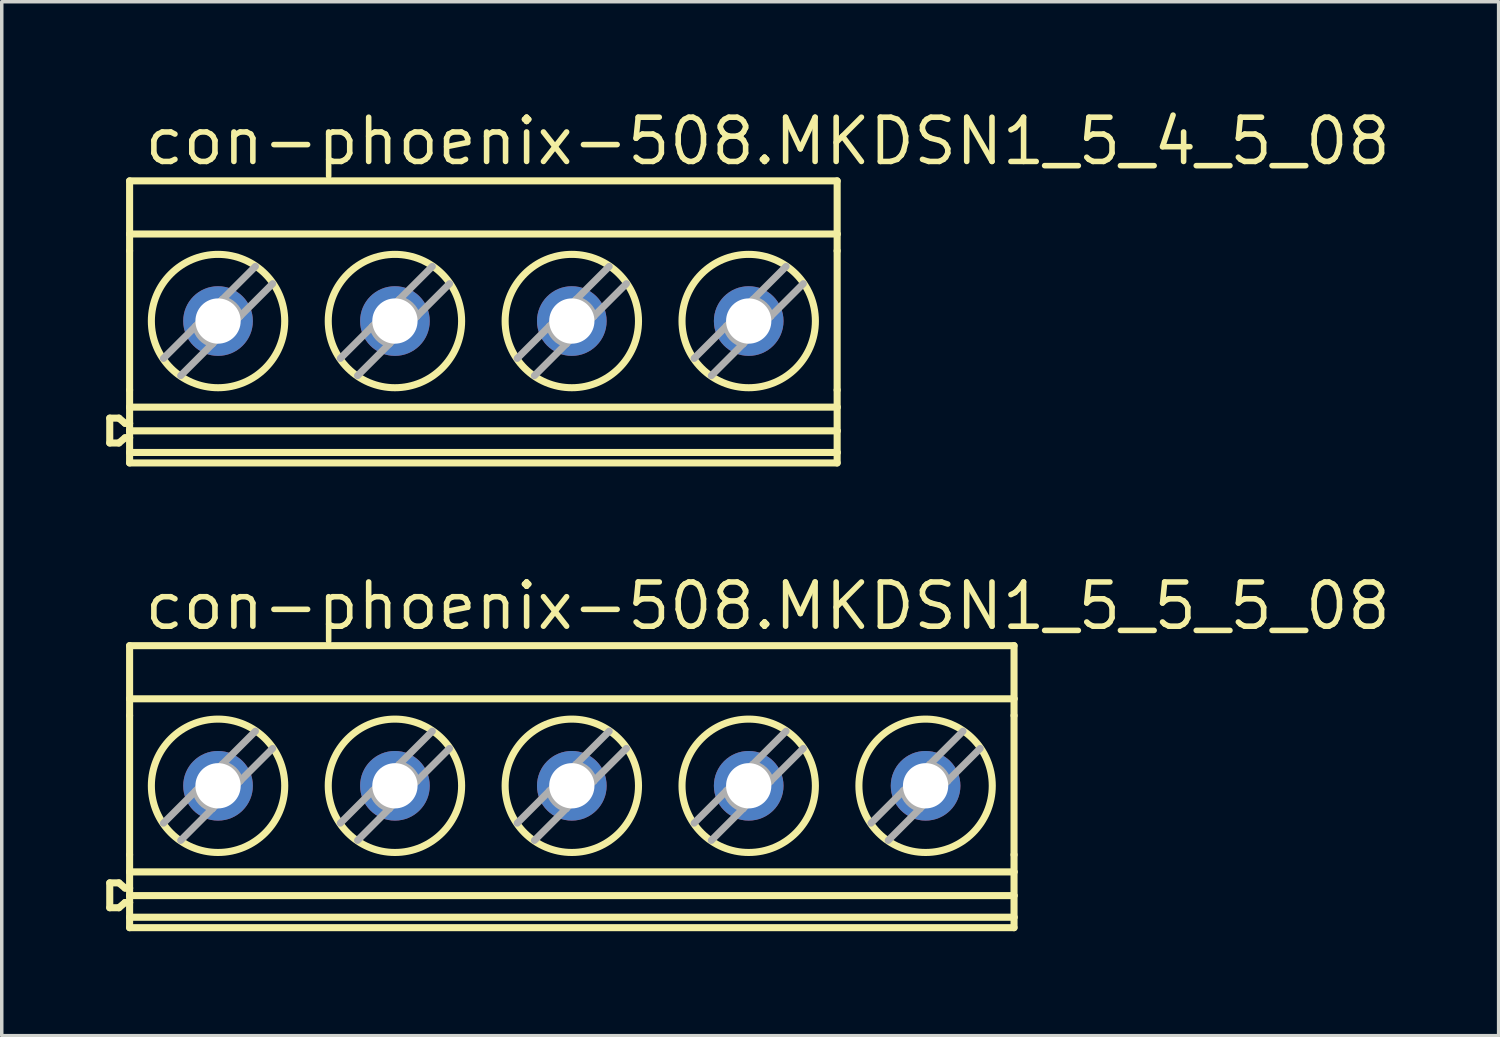
<source format=kicad_pcb>
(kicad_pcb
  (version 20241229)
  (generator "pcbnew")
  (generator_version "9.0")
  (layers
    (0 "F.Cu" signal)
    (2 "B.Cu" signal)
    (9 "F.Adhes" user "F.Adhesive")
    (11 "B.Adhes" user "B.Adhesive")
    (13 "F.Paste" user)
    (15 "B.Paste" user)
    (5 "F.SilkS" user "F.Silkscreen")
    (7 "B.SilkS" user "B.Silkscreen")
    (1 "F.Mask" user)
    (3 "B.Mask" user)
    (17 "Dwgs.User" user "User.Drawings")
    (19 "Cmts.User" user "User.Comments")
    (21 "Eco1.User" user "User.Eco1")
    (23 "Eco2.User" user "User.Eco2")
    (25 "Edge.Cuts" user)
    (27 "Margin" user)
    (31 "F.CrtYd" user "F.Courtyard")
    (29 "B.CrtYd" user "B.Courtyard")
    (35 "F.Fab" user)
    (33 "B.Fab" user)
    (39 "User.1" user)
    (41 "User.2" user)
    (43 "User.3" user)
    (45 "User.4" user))
  (footprint "con-phoenix-508.MKDSN1_5_4_5_08"
    (layer "F.Cu")
    (at 10.853 6.195)
    (property "Reference" "con-phoenix-508.MKDSN1_5_4_5_08" (at -9.831 -4.445 0) (layer "F.SilkS") (effects (font (size 1.27 1.27) (thickness 0.16)) (justify left bottom)))
    (attr through_hole)
    (fp_line (start -10.751 2.763) (end -10.751 3.477) (stroke (width 0.203) (type default)) (layer "F.SilkS"))
    (fp_line (start -10.751 2.763) (end -10.488 2.763) (stroke (width 0.203) (type default)) (layer "F.SilkS"))
    (fp_line (start -10.751 3.477) (end -10.488 3.477) (stroke (width 0.203) (type default)) (layer "F.SilkS"))
    (fp_line (start -10.488 2.763) (end -10.31 2.913) (stroke (width 0.203) (type default)) (layer "F.SilkS"))
    (fp_line (start -10.31 2.913) (end -10.181 2.913) (stroke (width 0.203) (type default)) (layer "F.SilkS"))
    (fp_line (start -10.31 3.327) (end -10.488 3.477) (stroke (width 0.203) (type default)) (layer "F.SilkS"))
    (fp_line (start -10.181 -4.05) (end 10.139 -4.05) (stroke (width 0.203) (type default)) (layer "F.SilkS"))
    (fp_line (start -10.181 -2.524) (end -10.181 -4.05) (stroke (width 0.203) (type default)) (layer "F.SilkS"))
    (fp_line (start -10.181 -2.524) (end -10.181 -2.041) (stroke (width 0.203) (type default)) (layer "F.SilkS"))
    (fp_line (start -10.181 -2.524) (end 10.139 -2.524) (stroke (width 0.203) (type default)) (layer "F.SilkS"))
    (fp_line (start -10.181 1.956) (end -10.181 -2.041) (stroke (width 0.203) (type default)) (layer "F.SilkS"))
    (fp_line (start -10.181 1.956) (end -10.181 2.448) (stroke (width 0.203) (type default)) (layer "F.SilkS"))
    (fp_line (start -10.181 2.913) (end -10.181 2.448) (stroke (width 0.203) (type default)) (layer "F.SilkS"))
    (fp_line (start -10.181 3.128) (end -10.181 2.913) (stroke (width 0.203) (type default)) (layer "F.SilkS"))
    (fp_line (start -10.181 3.128) (end 10.139 3.128) (stroke (width 0.203) (type default)) (layer "F.SilkS"))
    (fp_line (start -10.181 3.327) (end -10.31 3.327) (stroke (width 0.203) (type default)) (layer "F.SilkS"))
    (fp_line (start -10.181 3.327) (end -10.181 3.128) (stroke (width 0.203) (type default)) (layer "F.SilkS"))
    (fp_line (start -10.181 3.75) (end -10.181 3.327) (stroke (width 0.203) (type default)) (layer "F.SilkS"))
    (fp_line (start -10.181 3.75) (end -10.181 4.05) (stroke (width 0.203) (type default)) (layer "F.SilkS"))
    (fp_line (start -10.181 4.05) (end 10.139 4.05) (stroke (width 0.203) (type default)) (layer "F.SilkS"))
    (fp_line (start 10.139 -2.524) (end 10.139 -4.05) (stroke (width 0.203) (type default)) (layer "F.SilkS"))
    (fp_line (start 10.139 -2.524) (end 10.139 -2.041) (stroke (width 0.203) (type default)) (layer "F.SilkS"))
    (fp_line (start 10.139 1.956) (end 10.139 -2.041) (stroke (width 0.203) (type default)) (layer "F.SilkS"))
    (fp_line (start 10.139 1.956) (end 10.139 2.448) (stroke (width 0.203) (type default)) (layer "F.SilkS"))
    (fp_line (start 10.139 2.448) (end -10.181 2.448) (stroke (width 0.203) (type default)) (layer "F.SilkS"))
    (fp_line (start 10.139 3.128) (end 10.139 2.448) (stroke (width 0.203) (type default)) (layer "F.SilkS"))
    (fp_line (start 10.139 3.75) (end -10.181 3.75) (stroke (width 0.203) (type default)) (layer "F.SilkS"))
    (fp_line (start 10.139 3.75) (end 10.139 3.128) (stroke (width 0.203) (type default)) (layer "F.SilkS"))
    (fp_line (start 10.139 3.75) (end 10.139 4.05) (stroke (width 0.203) (type default)) (layer "F.SilkS"))
    (fp_circle (center -7.641 -0.025) (end -5.726 -0.025) (stroke (width 0.203) (type default)) (fill no) (layer "F.SilkS"))
    (fp_circle (center -2.561 -0.025) (end -0.646 -0.025) (stroke (width 0.203) (type default)) (fill no) (layer "F.SilkS"))
    (fp_circle (center 2.519 -0.025) (end 4.434 -0.025) (stroke (width 0.203) (type default)) (fill no) (layer "F.SilkS"))
    (fp_circle (center 7.599 -0.025) (end 9.514 -0.025) (stroke (width 0.203) (type default)) (fill no) (layer "F.SilkS"))
    (fp_line (start -9.209 1.048) (end -8.28 0.119) (stroke (width 0.203) (type default)) (layer "F.Fab"))
    (fp_line (start -8.28 0.119) (end -7.641 -0.52) (stroke (width 0.203) (type default)) (layer "F.Fab"))
    (fp_line (start -7.801 0.63) (end -8.714 1.543) (stroke (width 0.203) (type default)) (layer "F.Fab"))
    (fp_line (start -7.641 -0.52) (end -7.522 -0.639) (stroke (width 0.203) (type default)) (layer "F.Fab"))
    (fp_line (start -7.641 0.47) (end -7.801 0.63) (stroke (width 0.203) (type default)) (layer "F.Fab"))
    (fp_line (start -7.522 -0.639) (end -6.568 -1.593) (stroke (width 0.203) (type default)) (layer "F.Fab"))
    (fp_line (start -7.011 -0.16) (end -7.641 0.47) (stroke (width 0.203) (type default)) (layer "F.Fab"))
    (fp_line (start -6.073 -1.098) (end -7.011 -0.16) (stroke (width 0.203) (type default)) (layer "F.Fab"))
    (fp_line (start -4.129 1.048) (end -3.2 0.119) (stroke (width 0.203) (type default)) (layer "F.Fab"))
    (fp_line (start -3.2 0.119) (end -2.561 -0.52) (stroke (width 0.203) (type default)) (layer "F.Fab"))
    (fp_line (start -2.721 0.63) (end -3.634 1.543) (stroke (width 0.203) (type default)) (layer "F.Fab"))
    (fp_line (start -2.561 -0.52) (end -2.442 -0.639) (stroke (width 0.203) (type default)) (layer "F.Fab"))
    (fp_line (start -2.561 0.47) (end -2.721 0.63) (stroke (width 0.203) (type default)) (layer "F.Fab"))
    (fp_line (start -2.442 -0.639) (end -1.488 -1.593) (stroke (width 0.203) (type default)) (layer "F.Fab"))
    (fp_line (start -1.931 -0.16) (end -2.561 0.47) (stroke (width 0.203) (type default)) (layer "F.Fab"))
    (fp_line (start -0.993 -1.098) (end -1.931 -0.16) (stroke (width 0.203) (type default)) (layer "F.Fab"))
    (fp_line (start 0.951 1.048) (end 1.88 0.119) (stroke (width 0.203) (type default)) (layer "F.Fab"))
    (fp_line (start 1.88 0.119) (end 2.519 -0.52) (stroke (width 0.203) (type default)) (layer "F.Fab"))
    (fp_line (start 2.359 0.63) (end 1.446 1.543) (stroke (width 0.203) (type default)) (layer "F.Fab"))
    (fp_line (start 2.519 -0.52) (end 2.638 -0.639) (stroke (width 0.203) (type default)) (layer "F.Fab"))
    (fp_line (start 2.519 0.47) (end 2.359 0.63) (stroke (width 0.203) (type default)) (layer "F.Fab"))
    (fp_line (start 2.638 -0.639) (end 3.592 -1.593) (stroke (width 0.203) (type default)) (layer "F.Fab"))
    (fp_line (start 3.149 -0.16) (end 2.519 0.47) (stroke (width 0.203) (type default)) (layer "F.Fab"))
    (fp_line (start 4.087 -1.098) (end 3.149 -0.16) (stroke (width 0.203) (type default)) (layer "F.Fab"))
    (fp_line (start 6.031 1.048) (end 6.96 0.119) (stroke (width 0.203) (type default)) (layer "F.Fab"))
    (fp_line (start 6.96 0.119) (end 7.599 -0.52) (stroke (width 0.203) (type default)) (layer "F.Fab"))
    (fp_line (start 7.439 0.63) (end 6.526 1.543) (stroke (width 0.203) (type default)) (layer "F.Fab"))
    (fp_line (start 7.599 -0.52) (end 7.718 -0.639) (stroke (width 0.203) (type default)) (layer "F.Fab"))
    (fp_line (start 7.599 0.47) (end 7.439 0.63) (stroke (width 0.203) (type default)) (layer "F.Fab"))
    (fp_line (start 7.718 -0.639) (end 8.672 -1.593) (stroke (width 0.203) (type default)) (layer "F.Fab"))
    (fp_line (start 8.229 -0.16) (end 7.599 0.47) (stroke (width 0.203) (type default)) (layer "F.Fab"))
    (fp_line (start 9.167 -1.098) (end 8.229 -0.16) (stroke (width 0.203) (type default)) (layer "F.Fab"))
    (fp_arc (start -7.8011 0.63) (mid -8.115316 0.444537) (end -8.2801 0.119) (stroke (width 0.2032) (type default)) (layer "F.Fab"))
    (fp_arc (start -7.5221 -0.639) (mid -7.196563 -0.474216) (end -7.0111 -0.16) (stroke (width 0.2032) (type default)) (layer "F.Fab"))
    (fp_arc (start -2.7211 0.63) (mid -3.035316 0.444537) (end -3.2001 0.119) (stroke (width 0.2032) (type default)) (layer "F.Fab"))
    (fp_arc (start -2.4421 -0.639) (mid -2.116563 -0.474216) (end -1.9311 -0.16) (stroke (width 0.2032) (type default)) (layer "F.Fab"))
    (fp_arc (start 2.3589 0.63) (mid 2.044684 0.444537) (end 1.8799 0.119) (stroke (width 0.2032) (type default)) (layer "F.Fab"))
    (fp_arc (start 2.6379 -0.639) (mid 2.963437 -0.474216) (end 3.1489 -0.16) (stroke (width 0.2032) (type default)) (layer "F.Fab"))
    (fp_arc (start 7.4389 0.63) (mid 7.124684 0.444537) (end 6.9599 0.119) (stroke (width 0.2032) (type default)) (layer "F.Fab"))
    (fp_arc (start 7.7179 -0.639) (mid 8.043437 -0.474216) (end 8.2289 -0.16) (stroke (width 0.2032) (type default)) (layer "F.Fab"))
    (pad "1" thru_hole circle (at -7.641 -0.025) (size 2 2) (drill 1.3) (layers "*.Cu" "*.Mask"))
    (pad "2" thru_hole circle (at -2.561 -0.025) (size 2 2) (drill 1.3) (layers "*.Cu" "*.Mask"))
    (pad "3" thru_hole circle (at 2.519 -0.025) (size 2 2) (drill 1.3) (layers "*.Cu" "*.Mask"))
    (pad "4" thru_hole circle (at 7.599 -0.025) (size 2 2) (drill 1.3) (layers "*.Cu" "*.Mask")))
  (footprint "con-phoenix-508.MKDSN1_5_5_5_08"
    (layer "F.Cu")
    (at 13.393 19.542)
    (property "Reference" "con-phoenix-508.MKDSN1_5_5_5_08" (at -12.371 -4.445 0) (layer "F.SilkS") (effects (font (size 1.27 1.27) (thickness 0.16)) (justify left bottom)))
    (attr through_hole)
    (fp_line (start -13.291 2.763) (end -13.291 3.477) (stroke (width 0.203) (type default)) (layer "F.SilkS"))
    (fp_line (start -13.291 2.763) (end -13.028 2.763) (stroke (width 0.203) (type default)) (layer "F.SilkS"))
    (fp_line (start -13.291 3.477) (end -13.028 3.477) (stroke (width 0.203) (type default)) (layer "F.SilkS"))
    (fp_line (start -13.028 2.763) (end -12.85 2.913) (stroke (width 0.203) (type default)) (layer "F.SilkS"))
    (fp_line (start -12.85 2.913) (end -12.721 2.913) (stroke (width 0.203) (type default)) (layer "F.SilkS"))
    (fp_line (start -12.85 3.327) (end -13.028 3.477) (stroke (width 0.203) (type default)) (layer "F.SilkS"))
    (fp_line (start -12.721 -4.05) (end 12.679 -4.05) (stroke (width 0.203) (type default)) (layer "F.SilkS"))
    (fp_line (start -12.721 -2.524) (end -12.721 -4.05) (stroke (width 0.203) (type default)) (layer "F.SilkS"))
    (fp_line (start -12.721 -2.524) (end -12.721 -2.041) (stroke (width 0.203) (type default)) (layer "F.SilkS"))
    (fp_line (start -12.721 -2.524) (end 12.679 -2.524) (stroke (width 0.203) (type default)) (layer "F.SilkS"))
    (fp_line (start -12.721 1.956) (end -12.721 -2.041) (stroke (width 0.203) (type default)) (layer "F.SilkS"))
    (fp_line (start -12.721 1.956) (end -12.721 2.448) (stroke (width 0.203) (type default)) (layer "F.SilkS"))
    (fp_line (start -12.721 2.913) (end -12.721 2.448) (stroke (width 0.203) (type default)) (layer "F.SilkS"))
    (fp_line (start -12.721 3.128) (end -12.721 2.913) (stroke (width 0.203) (type default)) (layer "F.SilkS"))
    (fp_line (start -12.721 3.128) (end 12.679 3.128) (stroke (width 0.203) (type default)) (layer "F.SilkS"))
    (fp_line (start -12.721 3.327) (end -12.85 3.327) (stroke (width 0.203) (type default)) (layer "F.SilkS"))
    (fp_line (start -12.721 3.327) (end -12.721 3.128) (stroke (width 0.203) (type default)) (layer "F.SilkS"))
    (fp_line (start -12.721 3.75) (end -12.721 3.327) (stroke (width 0.203) (type default)) (layer "F.SilkS"))
    (fp_line (start -12.721 3.75) (end -12.721 4.05) (stroke (width 0.203) (type default)) (layer "F.SilkS"))
    (fp_line (start -12.721 4.05) (end 12.679 4.05) (stroke (width 0.203) (type default)) (layer "F.SilkS"))
    (fp_line (start 12.679 -2.524) (end 12.679 -4.05) (stroke (width 0.203) (type default)) (layer "F.SilkS"))
    (fp_line (start 12.679 -2.524) (end 12.679 -2.041) (stroke (width 0.203) (type default)) (layer "F.SilkS"))
    (fp_line (start 12.679 1.956) (end 12.679 -2.041) (stroke (width 0.203) (type default)) (layer "F.SilkS"))
    (fp_line (start 12.679 1.956) (end 12.679 2.448) (stroke (width 0.203) (type default)) (layer "F.SilkS"))
    (fp_line (start 12.679 2.448) (end -12.721 2.448) (stroke (width 0.203) (type default)) (layer "F.SilkS"))
    (fp_line (start 12.679 3.128) (end 12.679 2.448) (stroke (width 0.203) (type default)) (layer "F.SilkS"))
    (fp_line (start 12.679 3.75) (end -12.721 3.75) (stroke (width 0.203) (type default)) (layer "F.SilkS"))
    (fp_line (start 12.679 3.75) (end 12.679 3.128) (stroke (width 0.203) (type default)) (layer "F.SilkS"))
    (fp_line (start 12.679 3.75) (end 12.679 4.05) (stroke (width 0.203) (type default)) (layer "F.SilkS"))
    (fp_circle (center -10.181 -0.025) (end -8.266 -0.025) (stroke (width 0.203) (type default)) (fill no) (layer "F.SilkS"))
    (fp_circle (center -5.101 -0.025) (end -3.186 -0.025) (stroke (width 0.203) (type default)) (fill no) (layer "F.SilkS"))
    (fp_circle (center -0.021 -0.025) (end 1.894 -0.025) (stroke (width 0.203) (type default)) (fill no) (layer "F.SilkS"))
    (fp_circle (center 5.059 -0.025) (end 6.974 -0.025) (stroke (width 0.203) (type default)) (fill no) (layer "F.SilkS"))
    (fp_circle (center 10.139 -0.025) (end 12.054 -0.025) (stroke (width 0.203) (type default)) (fill no) (layer "F.SilkS"))
    (fp_line (start -11.749 1.048) (end -10.82 0.119) (stroke (width 0.203) (type default)) (layer "F.Fab"))
    (fp_line (start -10.82 0.119) (end -10.181 -0.52) (stroke (width 0.203) (type default)) (layer "F.Fab"))
    (fp_line (start -10.341 0.63) (end -11.254 1.543) (stroke (width 0.203) (type default)) (layer "F.Fab"))
    (fp_line (start -10.181 -0.52) (end -10.062 -0.639) (stroke (width 0.203) (type default)) (layer "F.Fab"))
    (fp_line (start -10.181 0.47) (end -10.341 0.63) (stroke (width 0.203) (type default)) (layer "F.Fab"))
    (fp_line (start -10.062 -0.639) (end -9.108 -1.593) (stroke (width 0.203) (type default)) (layer "F.Fab"))
    (fp_line (start -9.551 -0.16) (end -10.181 0.47) (stroke (width 0.203) (type default)) (layer "F.Fab"))
    (fp_line (start -8.613 -1.098) (end -9.551 -0.16) (stroke (width 0.203) (type default)) (layer "F.Fab"))
    (fp_line (start -6.669 1.048) (end -5.74 0.119) (stroke (width 0.203) (type default)) (layer "F.Fab"))
    (fp_line (start -5.74 0.119) (end -5.101 -0.52) (stroke (width 0.203) (type default)) (layer "F.Fab"))
    (fp_line (start -5.261 0.63) (end -6.174 1.543) (stroke (width 0.203) (type default)) (layer "F.Fab"))
    (fp_line (start -5.101 -0.52) (end -4.982 -0.639) (stroke (width 0.203) (type default)) (layer "F.Fab"))
    (fp_line (start -5.101 0.47) (end -5.261 0.63) (stroke (width 0.203) (type default)) (layer "F.Fab"))
    (fp_line (start -4.982 -0.639) (end -4.028 -1.593) (stroke (width 0.203) (type default)) (layer "F.Fab"))
    (fp_line (start -4.471 -0.16) (end -5.101 0.47) (stroke (width 0.203) (type default)) (layer "F.Fab"))
    (fp_line (start -3.533 -1.098) (end -4.471 -0.16) (stroke (width 0.203) (type default)) (layer "F.Fab"))
    (fp_line (start -1.589 1.048) (end -0.66 0.119) (stroke (width 0.203) (type default)) (layer "F.Fab"))
    (fp_line (start -0.66 0.119) (end -0.021 -0.52) (stroke (width 0.203) (type default)) (layer "F.Fab"))
    (fp_line (start -0.181 0.63) (end -1.094 1.543) (stroke (width 0.203) (type default)) (layer "F.Fab"))
    (fp_line (start -0.021 -0.52) (end 0.098 -0.639) (stroke (width 0.203) (type default)) (layer "F.Fab"))
    (fp_line (start -0.021 0.47) (end -0.181 0.63) (stroke (width 0.203) (type default)) (layer "F.Fab"))
    (fp_line (start 0.098 -0.639) (end 1.052 -1.593) (stroke (width 0.203) (type default)) (layer "F.Fab"))
    (fp_line (start 0.609 -0.16) (end -0.021 0.47) (stroke (width 0.203) (type default)) (layer "F.Fab"))
    (fp_line (start 1.547 -1.098) (end 0.609 -0.16) (stroke (width 0.203) (type default)) (layer "F.Fab"))
    (fp_line (start 3.491 1.048) (end 4.42 0.119) (stroke (width 0.203) (type default)) (layer "F.Fab"))
    (fp_line (start 4.42 0.119) (end 5.059 -0.52) (stroke (width 0.203) (type default)) (layer "F.Fab"))
    (fp_line (start 4.899 0.63) (end 3.986 1.543) (stroke (width 0.203) (type default)) (layer "F.Fab"))
    (fp_line (start 5.059 -0.52) (end 5.178 -0.639) (stroke (width 0.203) (type default)) (layer "F.Fab"))
    (fp_line (start 5.059 0.47) (end 4.899 0.63) (stroke (width 0.203) (type default)) (layer "F.Fab"))
    (fp_line (start 5.178 -0.639) (end 6.132 -1.593) (stroke (width 0.203) (type default)) (layer "F.Fab"))
    (fp_line (start 5.689 -0.16) (end 5.059 0.47) (stroke (width 0.203) (type default)) (layer "F.Fab"))
    (fp_line (start 6.627 -1.098) (end 5.689 -0.16) (stroke (width 0.203) (type default)) (layer "F.Fab"))
    (fp_line (start 8.571 1.048) (end 9.5 0.119) (stroke (width 0.203) (type default)) (layer "F.Fab"))
    (fp_line (start 9.5 0.119) (end 10.139 -0.52) (stroke (width 0.203) (type default)) (layer "F.Fab"))
    (fp_line (start 9.979 0.63) (end 9.066 1.543) (stroke (width 0.203) (type default)) (layer "F.Fab"))
    (fp_line (start 10.139 -0.52) (end 10.258 -0.639) (stroke (width 0.203) (type default)) (layer "F.Fab"))
    (fp_line (start 10.139 0.47) (end 9.979 0.63) (stroke (width 0.203) (type default)) (layer "F.Fab"))
    (fp_line (start 10.258 -0.639) (end 11.212 -1.593) (stroke (width 0.203) (type default)) (layer "F.Fab"))
    (fp_line (start 10.769 -0.16) (end 10.139 0.47) (stroke (width 0.203) (type default)) (layer "F.Fab"))
    (fp_line (start 11.707 -1.098) (end 10.769 -0.16) (stroke (width 0.203) (type default)) (layer "F.Fab"))
    (fp_arc (start -10.3411 0.63) (mid -10.655316 0.444537) (end -10.8201 0.119) (stroke (width 0.2032) (type default)) (layer "F.Fab"))
    (fp_arc (start -10.0621 -0.639) (mid -9.736563 -0.474216) (end -9.5511 -0.16) (stroke (width 0.2032) (type default)) (layer "F.Fab"))
    (fp_arc (start -5.2611 0.63) (mid -5.575316 0.444537) (end -5.7401 0.119) (stroke (width 0.2032) (type default)) (layer "F.Fab"))
    (fp_arc (start -4.9821 -0.639) (mid -4.656563 -0.474216) (end -4.4711 -0.16) (stroke (width 0.2032) (type default)) (layer "F.Fab"))
    (fp_arc (start -0.1811 0.63) (mid -0.495316 0.444537) (end -0.6601 0.119) (stroke (width 0.2032) (type default)) (layer "F.Fab"))
    (fp_arc (start 0.0979 -0.639) (mid 0.423437 -0.474216) (end 0.6089 -0.16) (stroke (width 0.2032) (type default)) (layer "F.Fab"))
    (fp_arc (start 4.8989 0.63) (mid 4.584684 0.444537) (end 4.4199 0.119) (stroke (width 0.2032) (type default)) (layer "F.Fab"))
    (fp_arc (start 5.1779 -0.639) (mid 5.503437 -0.474216) (end 5.6889 -0.16) (stroke (width 0.2032) (type default)) (layer "F.Fab"))
    (fp_arc (start 9.9789 0.63) (mid 9.664684 0.444537) (end 9.4999 0.119) (stroke (width 0.2032) (type default)) (layer "F.Fab"))
    (fp_arc (start 10.2579 -0.639) (mid 10.583437 -0.474216) (end 10.7689 -0.16) (stroke (width 0.2032) (type default)) (layer "F.Fab"))
    (pad "1" thru_hole circle (at -10.181 -0.025) (size 2 2) (drill 1.3) (layers "*.Cu" "*.Mask"))
    (pad "2" thru_hole circle (at -5.101 -0.025) (size 2 2) (drill 1.3) (layers "*.Cu" "*.Mask"))
    (pad "3" thru_hole circle (at -0.021 -0.025) (size 2 2) (drill 1.3) (layers "*.Cu" "*.Mask"))
    (pad "4" thru_hole circle (at 5.059 -0.025) (size 2 2) (drill 1.3) (layers "*.Cu" "*.Mask"))
    (pad "5" thru_hole circle (at 10.139 -0.025) (size 2 2) (drill 1.3) (layers "*.Cu" "*.Mask")))
  (gr_rect
    (start -3 -3)
    (end 39.989 26.693)
    (stroke (width 0.1) (type default))
    (fill no)
    (layer "Edge.Cuts")))
</source>
